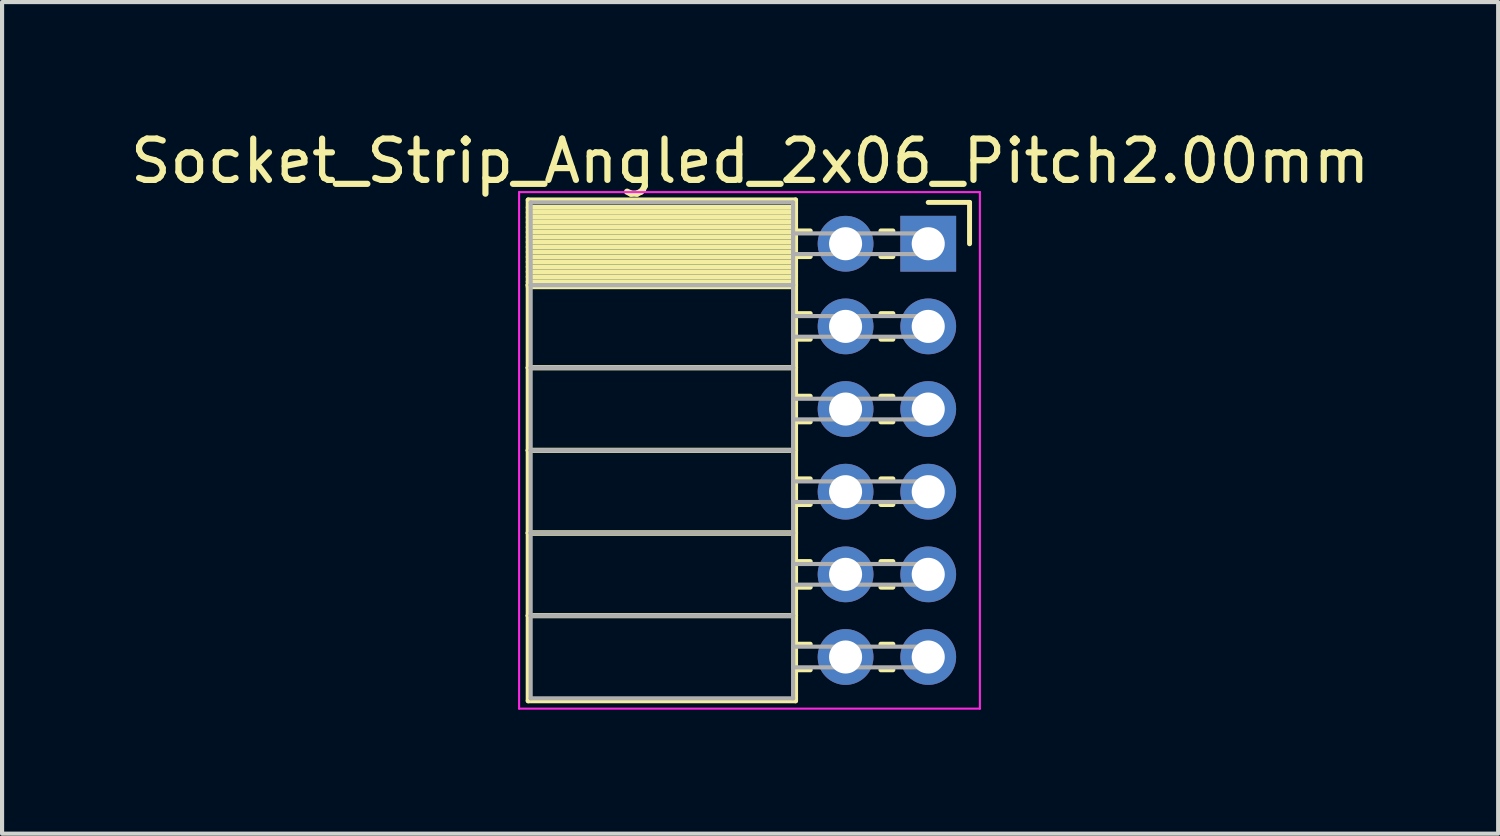
<source format=kicad_pcb>
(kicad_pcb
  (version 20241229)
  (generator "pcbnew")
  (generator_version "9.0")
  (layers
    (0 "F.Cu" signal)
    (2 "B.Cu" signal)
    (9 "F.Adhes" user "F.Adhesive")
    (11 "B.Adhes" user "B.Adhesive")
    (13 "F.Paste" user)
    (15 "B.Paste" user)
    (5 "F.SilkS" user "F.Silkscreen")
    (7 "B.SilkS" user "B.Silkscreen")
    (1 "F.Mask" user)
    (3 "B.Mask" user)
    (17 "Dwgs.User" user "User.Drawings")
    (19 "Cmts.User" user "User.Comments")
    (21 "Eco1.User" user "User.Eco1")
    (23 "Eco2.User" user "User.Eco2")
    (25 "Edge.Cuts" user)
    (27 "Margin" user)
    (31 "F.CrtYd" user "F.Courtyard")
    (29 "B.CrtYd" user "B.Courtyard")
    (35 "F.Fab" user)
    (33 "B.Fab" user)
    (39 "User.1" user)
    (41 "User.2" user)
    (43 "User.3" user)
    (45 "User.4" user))
  (footprint "Socket_Strip_Angled_2x06_Pitch2.00mm"
    (layer "F.Cu")
    (at 19.411 2.848)
    (property "Reference" "Socket_Strip_Angled_2x06_Pitch2.00mm" (at -4.31 -2 0) (layer "F.SilkS") (effects (font (size 1 1) (thickness 0.15))))
    (attr through_hole)
    (fp_line (start -9.68 -1.06) (end -3.21 -1.06) (stroke (width 0.12) (type solid)) (layer "F.SilkS"))
    (fp_line (start -9.68 1) (end -9.68 -1.06) (stroke (width 0.12) (type solid)) (layer "F.SilkS"))
    (fp_line (start -9.68 1) (end -3.21 1) (stroke (width 0.12) (type solid)) (layer "F.SilkS"))
    (fp_line (start -9.68 3) (end -9.68 1) (stroke (width 0.12) (type solid)) (layer "F.SilkS"))
    (fp_line (start -9.68 3) (end -3.21 3) (stroke (width 0.12) (type solid)) (layer "F.SilkS"))
    (fp_line (start -9.68 5) (end -9.68 3) (stroke (width 0.12) (type solid)) (layer "F.SilkS"))
    (fp_line (start -9.68 5) (end -3.21 5) (stroke (width 0.12) (type solid)) (layer "F.SilkS"))
    (fp_line (start -9.68 7) (end -9.68 5) (stroke (width 0.12) (type solid)) (layer "F.SilkS"))
    (fp_line (start -9.68 7) (end -3.21 7) (stroke (width 0.12) (type solid)) (layer "F.SilkS"))
    (fp_line (start -9.68 9) (end -9.68 7) (stroke (width 0.12) (type solid)) (layer "F.SilkS"))
    (fp_line (start -9.68 9) (end -3.21 9) (stroke (width 0.12) (type solid)) (layer "F.SilkS"))
    (fp_line (start -9.68 11.06) (end -9.68 9) (stroke (width 0.12) (type solid)) (layer "F.SilkS"))
    (fp_line (start -3.21 -1.06) (end -3.21 1) (stroke (width 0.12) (type solid)) (layer "F.SilkS"))
    (fp_line (start -3.21 -0.88) (end -9.68 -0.88) (stroke (width 0.12) (type solid)) (layer "F.SilkS"))
    (fp_line (start -3.21 -0.76) (end -9.68 -0.76) (stroke (width 0.12) (type solid)) (layer "F.SilkS"))
    (fp_line (start -3.21 -0.64) (end -9.68 -0.64) (stroke (width 0.12) (type solid)) (layer "F.SilkS"))
    (fp_line (start -3.21 -0.52) (end -9.68 -0.52) (stroke (width 0.12) (type solid)) (layer "F.SilkS"))
    (fp_line (start -3.21 -0.4) (end -9.68 -0.4) (stroke (width 0.12) (type solid)) (layer "F.SilkS"))
    (fp_line (start -3.21 -0.28) (end -9.68 -0.28) (stroke (width 0.12) (type solid)) (layer "F.SilkS"))
    (fp_line (start -3.21 -0.16) (end -9.68 -0.16) (stroke (width 0.12) (type solid)) (layer "F.SilkS"))
    (fp_line (start -3.21 -0.04) (end -9.68 -0.04) (stroke (width 0.12) (type solid)) (layer "F.SilkS"))
    (fp_line (start -3.21 0.08) (end -9.68 0.08) (stroke (width 0.12) (type solid)) (layer "F.SilkS"))
    (fp_line (start -3.21 0.2) (end -9.68 0.2) (stroke (width 0.12) (type solid)) (layer "F.SilkS"))
    (fp_line (start -3.21 0.32) (end -9.68 0.32) (stroke (width 0.12) (type solid)) (layer "F.SilkS"))
    (fp_line (start -3.21 0.44) (end -9.68 0.44) (stroke (width 0.12) (type solid)) (layer "F.SilkS"))
    (fp_line (start -3.21 0.56) (end -9.68 0.56) (stroke (width 0.12) (type solid)) (layer "F.SilkS"))
    (fp_line (start -3.21 0.68) (end -9.68 0.68) (stroke (width 0.12) (type solid)) (layer "F.SilkS"))
    (fp_line (start -3.21 0.8) (end -9.68 0.8) (stroke (width 0.12) (type solid)) (layer "F.SilkS"))
    (fp_line (start -3.21 0.92) (end -9.68 0.92) (stroke (width 0.12) (type solid)) (layer "F.SilkS"))
    (fp_line (start -3.21 1) (end -9.68 1) (stroke (width 0.12) (type solid)) (layer "F.SilkS"))
    (fp_line (start -3.21 1) (end -3.21 3) (stroke (width 0.12) (type solid)) (layer "F.SilkS"))
    (fp_line (start -3.21 1.04) (end -9.68 1.04) (stroke (width 0.12) (type solid)) (layer "F.SilkS"))
    (fp_line (start -3.21 3) (end -9.68 3) (stroke (width 0.12) (type solid)) (layer "F.SilkS"))
    (fp_line (start -3.21 3) (end -3.21 5) (stroke (width 0.12) (type solid)) (layer "F.SilkS"))
    (fp_line (start -3.21 5) (end -9.68 5) (stroke (width 0.12) (type solid)) (layer "F.SilkS"))
    (fp_line (start -3.21 5) (end -3.21 7) (stroke (width 0.12) (type solid)) (layer "F.SilkS"))
    (fp_line (start -3.21 7) (end -9.68 7) (stroke (width 0.12) (type solid)) (layer "F.SilkS"))
    (fp_line (start -3.21 7) (end -3.21 9) (stroke (width 0.12) (type solid)) (layer "F.SilkS"))
    (fp_line (start -3.21 9) (end -9.68 9) (stroke (width 0.12) (type solid)) (layer "F.SilkS"))
    (fp_line (start -3.21 9) (end -3.21 11.06) (stroke (width 0.12) (type solid)) (layer "F.SilkS"))
    (fp_line (start -3.21 11.06) (end -9.68 11.06) (stroke (width 0.12) (type solid)) (layer "F.SilkS"))
    (fp_line (start -2.855 -0.31) (end -3.21 -0.31) (stroke (width 0.12) (type solid)) (layer "F.SilkS"))
    (fp_line (start -2.855 0.31) (end -3.21 0.31) (stroke (width 0.12) (type solid)) (layer "F.SilkS"))
    (fp_line (start -2.855 1.69) (end -3.21 1.69) (stroke (width 0.12) (type solid)) (layer "F.SilkS"))
    (fp_line (start -2.855 2.31) (end -3.21 2.31) (stroke (width 0.12) (type solid)) (layer "F.SilkS"))
    (fp_line (start -2.855 3.69) (end -3.21 3.69) (stroke (width 0.12) (type solid)) (layer "F.SilkS"))
    (fp_line (start -2.855 4.31) (end -3.21 4.31) (stroke (width 0.12) (type solid)) (layer "F.SilkS"))
    (fp_line (start -2.855 5.69) (end -3.21 5.69) (stroke (width 0.12) (type solid)) (layer "F.SilkS"))
    (fp_line (start -2.855 6.31) (end -3.21 6.31) (stroke (width 0.12) (type solid)) (layer "F.SilkS"))
    (fp_line (start -2.855 7.69) (end -3.21 7.69) (stroke (width 0.12) (type solid)) (layer "F.SilkS"))
    (fp_line (start -2.855 8.31) (end -3.21 8.31) (stroke (width 0.12) (type solid)) (layer "F.SilkS"))
    (fp_line (start -2.855 9.69) (end -3.21 9.69) (stroke (width 0.12) (type solid)) (layer "F.SilkS"))
    (fp_line (start -2.855 10.31) (end -3.21 10.31) (stroke (width 0.12) (type solid)) (layer "F.SilkS"))
    (fp_line (start -0.855 -0.31) (end -1.145 -0.31) (stroke (width 0.12) (type solid)) (layer "F.SilkS"))
    (fp_line (start -0.855 0.31) (end -1.145 0.31) (stroke (width 0.12) (type solid)) (layer "F.SilkS"))
    (fp_line (start -0.855 1.69) (end -1.145 1.69) (stroke (width 0.12) (type solid)) (layer "F.SilkS"))
    (fp_line (start -0.855 2.31) (end -1.145 2.31) (stroke (width 0.12) (type solid)) (layer "F.SilkS"))
    (fp_line (start -0.855 3.69) (end -1.145 3.69) (stroke (width 0.12) (type solid)) (layer "F.SilkS"))
    (fp_line (start -0.855 4.31) (end -1.145 4.31) (stroke (width 0.12) (type solid)) (layer "F.SilkS"))
    (fp_line (start -0.855 5.69) (end -1.145 5.69) (stroke (width 0.12) (type solid)) (layer "F.SilkS"))
    (fp_line (start -0.855 6.31) (end -1.145 6.31) (stroke (width 0.12) (type solid)) (layer "F.SilkS"))
    (fp_line (start -0.855 7.69) (end -1.145 7.69) (stroke (width 0.12) (type solid)) (layer "F.SilkS"))
    (fp_line (start -0.855 8.31) (end -1.145 8.31) (stroke (width 0.12) (type solid)) (layer "F.SilkS"))
    (fp_line (start -0.855 9.69) (end -1.145 9.69) (stroke (width 0.12) (type solid)) (layer "F.SilkS"))
    (fp_line (start -0.855 10.31) (end -1.145 10.31) (stroke (width 0.12) (type solid)) (layer "F.SilkS"))
    (fp_line (start 0 -1) (end 1 -1) (stroke (width 0.12) (type solid)) (layer "F.SilkS"))
    (fp_line (start 1 -1) (end 1 0) (stroke (width 0.12) (type solid)) (layer "F.SilkS"))
    (fp_line (start -9.9 -1.25) (end 1.25 -1.25) (stroke (width 0.05) (type solid)) (layer "F.CrtYd"))
    (fp_line (start -9.9 11.25) (end -9.9 -1.25) (stroke (width 0.05) (type solid)) (layer "F.CrtYd"))
    (fp_line (start 1.25 -1.25) (end 1.25 11.25) (stroke (width 0.05) (type solid)) (layer "F.CrtYd"))
    (fp_line (start 1.25 11.25) (end -9.9 11.25) (stroke (width 0.05) (type solid)) (layer "F.CrtYd"))
    (fp_line (start -9.62 -1) (end -3.27 -1) (stroke (width 0.1) (type solid)) (layer "F.Fab"))
    (fp_line (start -9.62 1) (end -9.62 -1) (stroke (width 0.1) (type solid)) (layer "F.Fab"))
    (fp_line (start -9.62 1) (end -3.27 1) (stroke (width 0.1) (type solid)) (layer "F.Fab"))
    (fp_line (start -9.62 3) (end -9.62 1) (stroke (width 0.1) (type solid)) (layer "F.Fab"))
    (fp_line (start -9.62 3) (end -3.27 3) (stroke (width 0.1) (type solid)) (layer "F.Fab"))
    (fp_line (start -9.62 5) (end -9.62 3) (stroke (width 0.1) (type solid)) (layer "F.Fab"))
    (fp_line (start -9.62 5) (end -3.27 5) (stroke (width 0.1) (type solid)) (layer "F.Fab"))
    (fp_line (start -9.62 7) (end -9.62 5) (stroke (width 0.1) (type solid)) (layer "F.Fab"))
    (fp_line (start -9.62 7) (end -3.27 7) (stroke (width 0.1) (type solid)) (layer "F.Fab"))
    (fp_line (start -9.62 9) (end -9.62 7) (stroke (width 0.1) (type solid)) (layer "F.Fab"))
    (fp_line (start -9.62 9) (end -3.27 9) (stroke (width 0.1) (type solid)) (layer "F.Fab"))
    (fp_line (start -9.62 11) (end -9.62 9) (stroke (width 0.1) (type solid)) (layer "F.Fab"))
    (fp_line (start -3.27 -1) (end -3.27 1) (stroke (width 0.1) (type solid)) (layer "F.Fab"))
    (fp_line (start -3.27 -0.25) (end 0 -0.25) (stroke (width 0.1) (type solid)) (layer "F.Fab"))
    (fp_line (start -3.27 0.25) (end -3.27 -0.25) (stroke (width 0.1) (type solid)) (layer "F.Fab"))
    (fp_line (start -3.27 1) (end -9.62 1) (stroke (width 0.1) (type solid)) (layer "F.Fab"))
    (fp_line (start -3.27 1) (end -3.27 3) (stroke (width 0.1) (type solid)) (layer "F.Fab"))
    (fp_line (start -3.27 1.75) (end 0 1.75) (stroke (width 0.1) (type solid)) (layer "F.Fab"))
    (fp_line (start -3.27 2.25) (end -3.27 1.75) (stroke (width 0.1) (type solid)) (layer "F.Fab"))
    (fp_line (start -3.27 3) (end -9.62 3) (stroke (width 0.1) (type solid)) (layer "F.Fab"))
    (fp_line (start -3.27 3) (end -3.27 5) (stroke (width 0.1) (type solid)) (layer "F.Fab"))
    (fp_line (start -3.27 3.75) (end 0 3.75) (stroke (width 0.1) (type solid)) (layer "F.Fab"))
    (fp_line (start -3.27 4.25) (end -3.27 3.75) (stroke (width 0.1) (type solid)) (layer "F.Fab"))
    (fp_line (start -3.27 5) (end -9.62 5) (stroke (width 0.1) (type solid)) (layer "F.Fab"))
    (fp_line (start -3.27 5) (end -3.27 7) (stroke (width 0.1) (type solid)) (layer "F.Fab"))
    (fp_line (start -3.27 5.75) (end 0 5.75) (stroke (width 0.1) (type solid)) (layer "F.Fab"))
    (fp_line (start -3.27 6.25) (end -3.27 5.75) (stroke (width 0.1) (type solid)) (layer "F.Fab"))
    (fp_line (start -3.27 7) (end -9.62 7) (stroke (width 0.1) (type solid)) (layer "F.Fab"))
    (fp_line (start -3.27 7) (end -3.27 9) (stroke (width 0.1) (type solid)) (layer "F.Fab"))
    (fp_line (start -3.27 7.75) (end 0 7.75) (stroke (width 0.1) (type solid)) (layer "F.Fab"))
    (fp_line (start -3.27 8.25) (end -3.27 7.75) (stroke (width 0.1) (type solid)) (layer "F.Fab"))
    (fp_line (start -3.27 9) (end -9.62 9) (stroke (width 0.1) (type solid)) (layer "F.Fab"))
    (fp_line (start -3.27 9) (end -3.27 11) (stroke (width 0.1) (type solid)) (layer "F.Fab"))
    (fp_line (start -3.27 9.75) (end 0 9.75) (stroke (width 0.1) (type solid)) (layer "F.Fab"))
    (fp_line (start -3.27 10.25) (end -3.27 9.75) (stroke (width 0.1) (type solid)) (layer "F.Fab"))
    (fp_line (start -3.27 11) (end -9.62 11) (stroke (width 0.1) (type solid)) (layer "F.Fab"))
    (fp_line (start 0 -0.25) (end 0 0.25) (stroke (width 0.1) (type solid)) (layer "F.Fab"))
    (fp_line (start 0 0.25) (end -3.27 0.25) (stroke (width 0.1) (type solid)) (layer "F.Fab"))
    (fp_line (start 0 1.75) (end 0 2.25) (stroke (width 0.1) (type solid)) (layer "F.Fab"))
    (fp_line (start 0 2.25) (end -3.27 2.25) (stroke (width 0.1) (type solid)) (layer "F.Fab"))
    (fp_line (start 0 3.75) (end 0 4.25) (stroke (width 0.1) (type solid)) (layer "F.Fab"))
    (fp_line (start 0 4.25) (end -3.27 4.25) (stroke (width 0.1) (type solid)) (layer "F.Fab"))
    (fp_line (start 0 5.75) (end 0 6.25) (stroke (width 0.1) (type solid)) (layer "F.Fab"))
    (fp_line (start 0 6.25) (end -3.27 6.25) (stroke (width 0.1) (type solid)) (layer "F.Fab"))
    (fp_line (start 0 7.75) (end 0 8.25) (stroke (width 0.1) (type solid)) (layer "F.Fab"))
    (fp_line (start 0 8.25) (end -3.27 8.25) (stroke (width 0.1) (type solid)) (layer "F.Fab"))
    (fp_line (start 0 9.75) (end 0 10.25) (stroke (width 0.1) (type solid)) (layer "F.Fab"))
    (fp_line (start 0 10.25) (end -3.27 10.25) (stroke (width 0.1) (type solid)) (layer "F.Fab"))
    (pad "1" thru_hole rect (at 0 0) (size 1.35 1.35) (drill 0.8) (layers "*.Cu" "*.Mask"))
    (pad "2" thru_hole oval (at -2 0) (size 1.35 1.35) (drill 0.8) (layers "*.Cu" "*.Mask"))
    (pad "3" thru_hole oval (at 0 2) (size 1.35 1.35) (drill 0.8) (layers "*.Cu" "*.Mask"))
    (pad "4" thru_hole oval (at -2 2) (size 1.35 1.35) (drill 0.8) (layers "*.Cu" "*.Mask"))
    (pad "5" thru_hole oval (at 0 4) (size 1.35 1.35) (drill 0.8) (layers "*.Cu" "*.Mask"))
    (pad "6" thru_hole oval (at -2 4) (size 1.35 1.35) (drill 0.8) (layers "*.Cu" "*.Mask"))
    (pad "7" thru_hole oval (at 0 6) (size 1.35 1.35) (drill 0.8) (layers "*.Cu" "*.Mask"))
    (pad "8" thru_hole oval (at -2 6) (size 1.35 1.35) (drill 0.8) (layers "*.Cu" "*.Mask"))
    (pad "9" thru_hole oval (at 0 8) (size 1.35 1.35) (drill 0.8) (layers "*.Cu" "*.Mask"))
    (pad "10" thru_hole oval (at -2 8) (size 1.35 1.35) (drill 0.8) (layers "*.Cu" "*.Mask"))
    (pad "11" thru_hole oval (at 0 10) (size 1.35 1.35) (drill 0.8) (layers "*.Cu" "*.Mask"))
    (pad "12" thru_hole oval (at -2 10) (size 1.35 1.35) (drill 0.8) (layers "*.Cu" "*.Mask")))
  (gr_rect
    (start -3 -3)
    (end 33.202 17.123)
    (stroke (width 0.1) (type default))
    (fill no)
    (layer "Edge.Cuts")))
</source>
